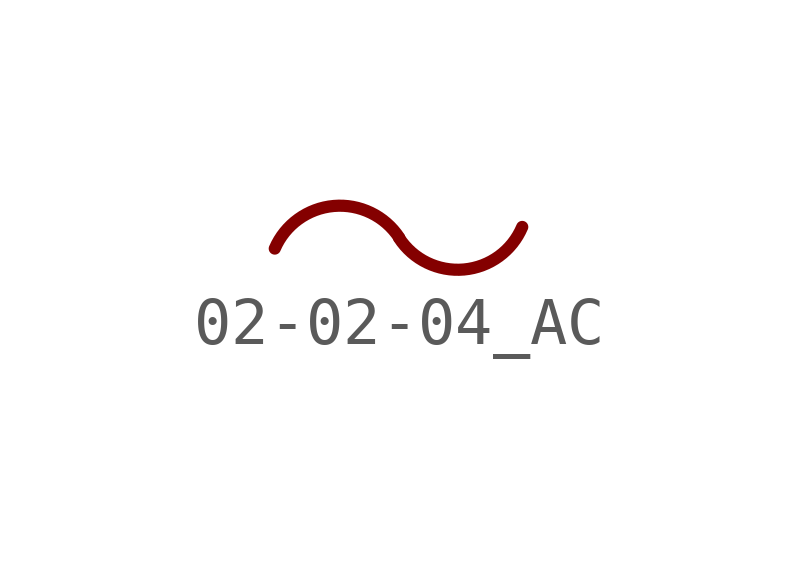
<source format=kicad_sym>
(kicad_symbol_lib
  (version 20200827)
  (generator kicad_symbol_editor)
  (symbol "Symbol_IEC_60617-2:02-02-04_AC"
    (pin_numbers hide)
    (pin_names
      (offset 0) hide)
    (property "Reference" "#SYM"
      (at 0 5.08 0)
      (effects (font (size 1.27 1.27)) hide))
    (symbol "02-02-04_AC_1_1"
      (arc (start 0.0254 0) (end -2.5654 -0.2286) (radius (at -1.2083 -0.814) (length 1.478) (angles 33.4 156.7)) (stroke (width 0.254)) (fill (type none)))
      (arc (start 2.5879 0.2212) (end 0.0225 -0.0074) (radius (at 1.2446 0.7874) (length 1.4578) (angles -22.9 -147)) (stroke (width 0.254)) (fill (type none))))))
</source>
